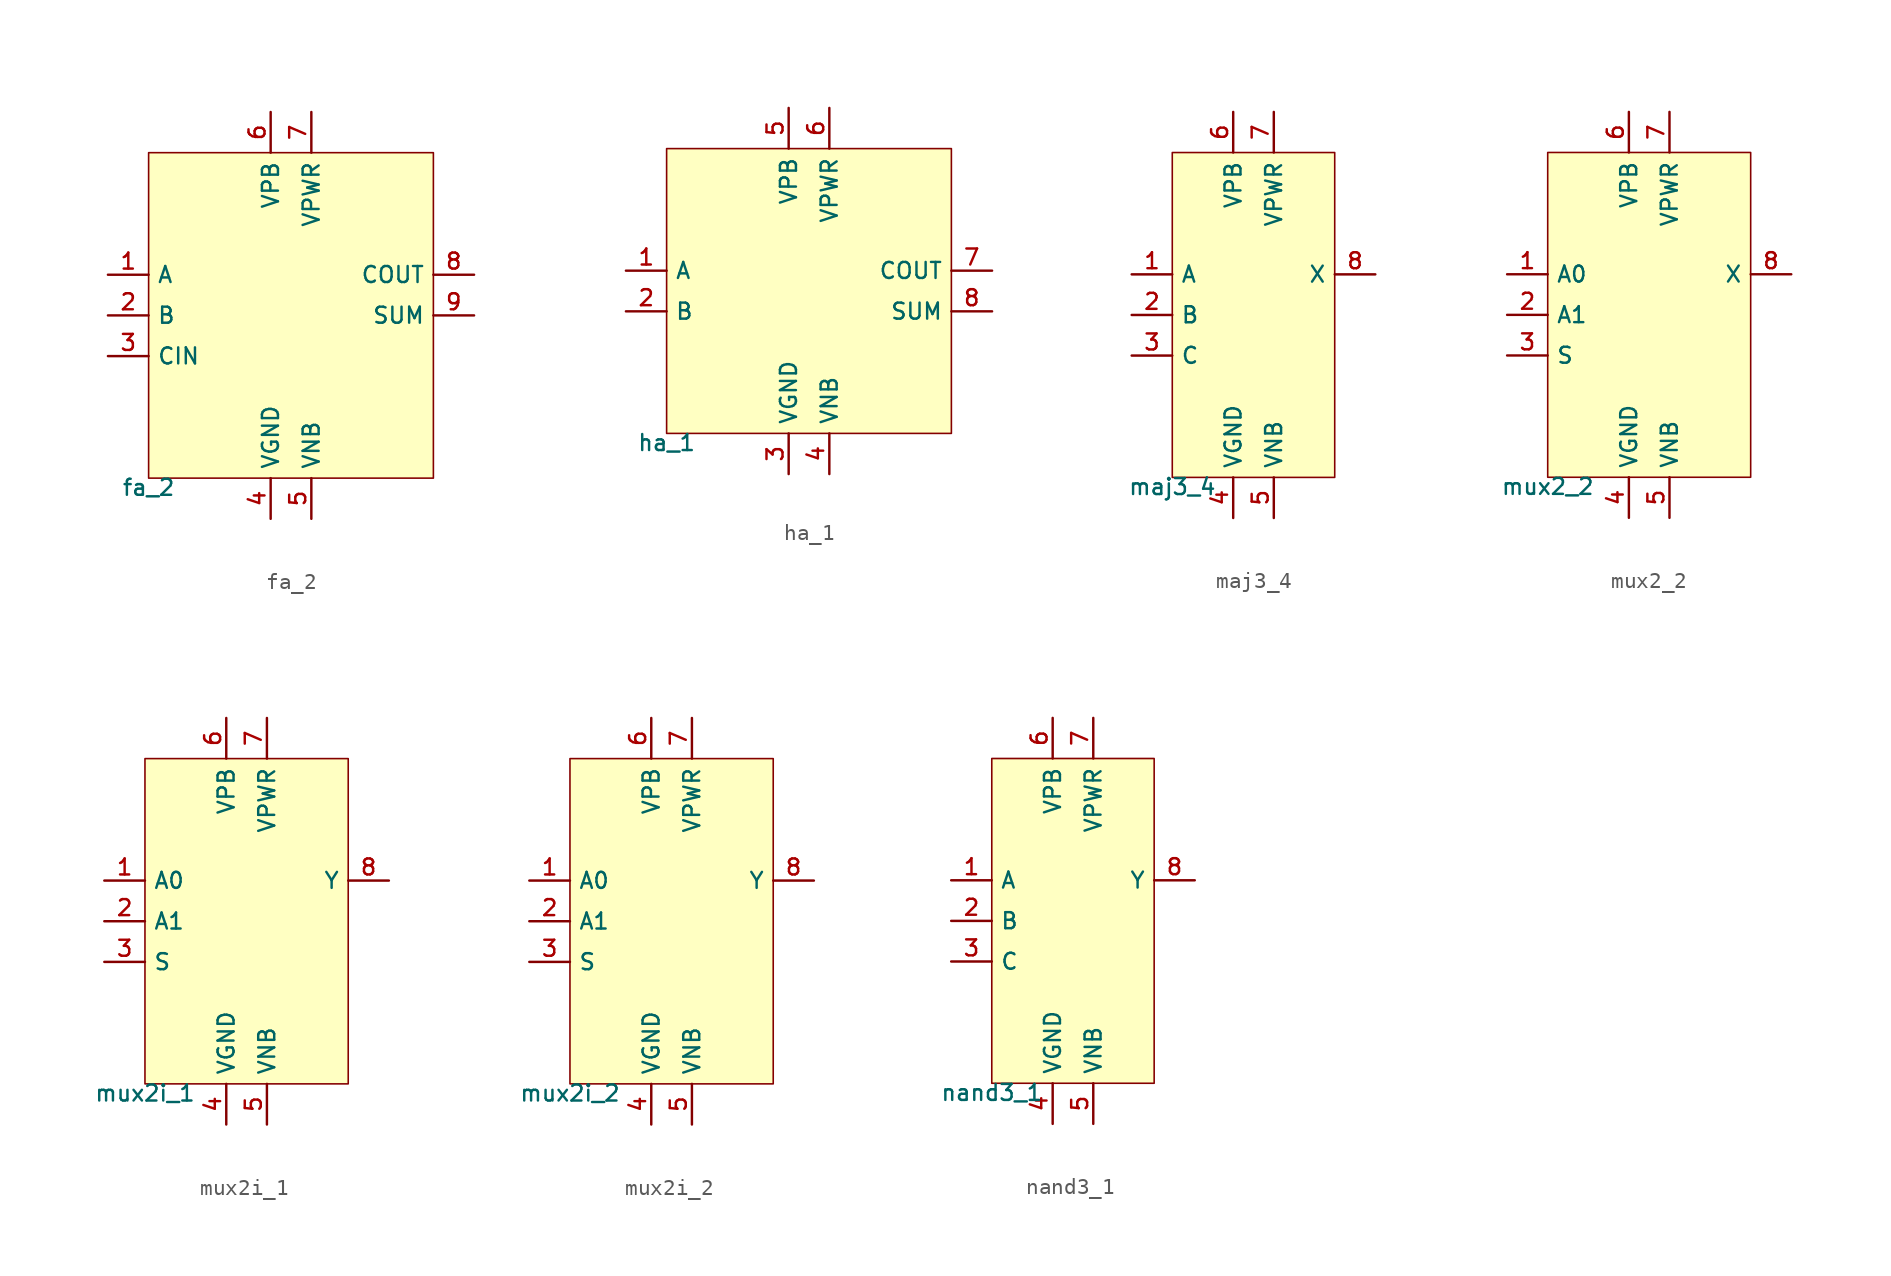
<source format=kicad_sym>
(kicad_symbol_lib
  (version 20211014)
  (generator pdk2kicad)
  (symbol "fa_2"
    (property "Reference" "X"
      (at 0 0 0)
      (effects (font (size 1 1)) hide))
    (property "Value" "fa_2"
      (at -8.89 -10.16 0)
      (effects (font (size 1 1)) (justify top)))
    (rectangle
      (start -8.89 -10.16)
      (end 8.89 10.16)
      (stroke (width 0.1) (type solid) (color 0 0 0 0))
      (fill (type background)))
    (pin input line
      (at -11.43 2.54 0)
      (length 2.54)
      (name "A" (effects (font (size 1 1)) hide))
      (number "1" (effects (font (size 1 1)) hide)))
    (pin input line
      (at -11.43 0.0 0)
      (length 2.54)
      (name "B" (effects (font (size 1 1)) hide))
      (number "2" (effects (font (size 1 1)) hide)))
    (pin input line
      (at -11.43 -2.54 0)
      (length 2.54)
      (name "CIN" (effects (font (size 1 1)) hide))
      (number "3" (effects (font (size 1 1)) hide)))
    (pin power_in line
      (at -1.27 -12.7 90)
      (length 2.54)
      (name "VGND" (effects (font (size 1 1)) hide))
      (number "4" (effects (font (size 1 1)) hide)))
    (pin power_in line
      (at 1.27 -12.7 90)
      (length 2.54)
      (name "VNB" (effects (font (size 1 1)) hide))
      (number "5" (effects (font (size 1 1)) hide)))
    (pin power_in line
      (at -1.27 12.7 270)
      (length 2.54)
      (name "VPB" (effects (font (size 1 1)) hide))
      (number "6" (effects (font (size 1 1)) hide)))
    (pin power_in line
      (at 1.27 12.7 270)
      (length 2.54)
      (name "VPWR" (effects (font (size 1 1)) hide))
      (number "7" (effects (font (size 1 1)) hide)))
    (pin output line
      (at 11.43 2.54 180)
      (length 2.54)
      (name "COUT" (effects (font (size 1 1)) hide))
      (number "8" (effects (font (size 1 1)) hide)))
    (pin output line
      (at 11.43 0.0 180)
      (length 2.54)
      (name "SUM" (effects (font (size 1 1)) hide))
      (number "9" (effects (font (size 1 1)) hide))))
  (symbol "ha_1"
    (property "Reference" "X"
      (at 0 0 0)
      (effects (font (size 1 1)) hide))
    (property "Value" "ha_1"
      (at -8.89 -8.89 0)
      (effects (font (size 1 1)) (justify top)))
    (rectangle
      (start -8.89 -8.89)
      (end 8.89 8.89)
      (stroke (width 0.1) (type solid) (color 0 0 0 0))
      (fill (type background)))
    (pin input line
      (at -11.43 1.27 0)
      (length 2.54)
      (name "A" (effects (font (size 1 1)) hide))
      (number "1" (effects (font (size 1 1)) hide)))
    (pin input line
      (at -11.43 -1.27 0)
      (length 2.54)
      (name "B" (effects (font (size 1 1)) hide))
      (number "2" (effects (font (size 1 1)) hide)))
    (pin power_in line
      (at -1.27 -11.43 90)
      (length 2.54)
      (name "VGND" (effects (font (size 1 1)) hide))
      (number "3" (effects (font (size 1 1)) hide)))
    (pin power_in line
      (at 1.27 -11.43 90)
      (length 2.54)
      (name "VNB" (effects (font (size 1 1)) hide))
      (number "4" (effects (font (size 1 1)) hide)))
    (pin power_in line
      (at -1.27 11.43 270)
      (length 2.54)
      (name "VPB" (effects (font (size 1 1)) hide))
      (number "5" (effects (font (size 1 1)) hide)))
    (pin power_in line
      (at 1.27 11.43 270)
      (length 2.54)
      (name "VPWR" (effects (font (size 1 1)) hide))
      (number "6" (effects (font (size 1 1)) hide)))
    (pin output line
      (at 11.43 1.27 180)
      (length 2.54)
      (name "COUT" (effects (font (size 1 1)) hide))
      (number "7" (effects (font (size 1 1)) hide)))
    (pin output line
      (at 11.43 -1.27 180)
      (length 2.54)
      (name "SUM" (effects (font (size 1 1)) hide))
      (number "8" (effects (font (size 1 1)) hide))))
  (symbol "maj3_4"
    (property "Reference" "X"
      (at 0 0 0)
      (effects (font (size 1 1)) hide))
    (property "Value" "maj3_4"
      (at -5.08 -10.16 0)
      (effects (font (size 1 1)) (justify top)))
    (rectangle
      (start -5.08 -10.16)
      (end 5.08 10.16)
      (stroke (width 0.1) (type solid) (color 0 0 0 0))
      (fill (type background)))
    (pin input line
      (at -7.62 2.54 0)
      (length 2.54)
      (name "A" (effects (font (size 1 1)) hide))
      (number "1" (effects (font (size 1 1)) hide)))
    (pin input line
      (at -7.62 0.0 0)
      (length 2.54)
      (name "B" (effects (font (size 1 1)) hide))
      (number "2" (effects (font (size 1 1)) hide)))
    (pin input line
      (at -7.62 -2.54 0)
      (length 2.54)
      (name "C" (effects (font (size 1 1)) hide))
      (number "3" (effects (font (size 1 1)) hide)))
    (pin power_in line
      (at -1.27 -12.7 90)
      (length 2.54)
      (name "VGND" (effects (font (size 1 1)) hide))
      (number "4" (effects (font (size 1 1)) hide)))
    (pin power_in line
      (at 1.27 -12.7 90)
      (length 2.54)
      (name "VNB" (effects (font (size 1 1)) hide))
      (number "5" (effects (font (size 1 1)) hide)))
    (pin power_in line
      (at -1.27 12.7 270)
      (length 2.54)
      (name "VPB" (effects (font (size 1 1)) hide))
      (number "6" (effects (font (size 1 1)) hide)))
    (pin power_in line
      (at 1.27 12.7 270)
      (length 2.54)
      (name "VPWR" (effects (font (size 1 1)) hide))
      (number "7" (effects (font (size 1 1)) hide)))
    (pin output line
      (at 7.62 2.54 180)
      (length 2.54)
      (name "X" (effects (font (size 1 1)) hide))
      (number "8" (effects (font (size 1 1)) hide))))
  (symbol "mux2_2"
    (property "Reference" "X"
      (at 0 0 0)
      (effects (font (size 1 1)) hide))
    (property "Value" "mux2_2"
      (at -6.35 -10.16 0)
      (effects (font (size 1 1)) (justify top)))
    (rectangle
      (start -6.35 -10.16)
      (end 6.35 10.16)
      (stroke (width 0.1) (type solid) (color 0 0 0 0))
      (fill (type background)))
    (pin input line
      (at -8.89 2.54 0)
      (length 2.54)
      (name "A0" (effects (font (size 1 1)) hide))
      (number "1" (effects (font (size 1 1)) hide)))
    (pin input line
      (at -8.89 0.0 0)
      (length 2.54)
      (name "A1" (effects (font (size 1 1)) hide))
      (number "2" (effects (font (size 1 1)) hide)))
    (pin input line
      (at -8.89 -2.54 0)
      (length 2.54)
      (name "S" (effects (font (size 1 1)) hide))
      (number "3" (effects (font (size 1 1)) hide)))
    (pin power_in line
      (at -1.27 -12.7 90)
      (length 2.54)
      (name "VGND" (effects (font (size 1 1)) hide))
      (number "4" (effects (font (size 1 1)) hide)))
    (pin power_in line
      (at 1.27 -12.7 90)
      (length 2.54)
      (name "VNB" (effects (font (size 1 1)) hide))
      (number "5" (effects (font (size 1 1)) hide)))
    (pin power_in line
      (at -1.27 12.7 270)
      (length 2.54)
      (name "VPB" (effects (font (size 1 1)) hide))
      (number "6" (effects (font (size 1 1)) hide)))
    (pin power_in line
      (at 1.27 12.7 270)
      (length 2.54)
      (name "VPWR" (effects (font (size 1 1)) hide))
      (number "7" (effects (font (size 1 1)) hide)))
    (pin output line
      (at 8.89 2.54 180)
      (length 2.54)
      (name "X" (effects (font (size 1 1)) hide))
      (number "8" (effects (font (size 1 1)) hide))))
  (symbol "mux2i_1"
    (property "Reference" "X"
      (at 0 0 0)
      (effects (font (size 1 1)) hide))
    (property "Value" "mux2i_1"
      (at -6.35 -10.16 0)
      (effects (font (size 1 1)) (justify top)))
    (rectangle
      (start -6.35 -10.16)
      (end 6.35 10.16)
      (stroke (width 0.1) (type solid) (color 0 0 0 0))
      (fill (type background)))
    (pin input line
      (at -8.89 2.54 0)
      (length 2.54)
      (name "A0" (effects (font (size 1 1)) hide))
      (number "1" (effects (font (size 1 1)) hide)))
    (pin input line
      (at -8.89 0.0 0)
      (length 2.54)
      (name "A1" (effects (font (size 1 1)) hide))
      (number "2" (effects (font (size 1 1)) hide)))
    (pin input line
      (at -8.89 -2.54 0)
      (length 2.54)
      (name "S" (effects (font (size 1 1)) hide))
      (number "3" (effects (font (size 1 1)) hide)))
    (pin power_in line
      (at -1.27 -12.7 90)
      (length 2.54)
      (name "VGND" (effects (font (size 1 1)) hide))
      (number "4" (effects (font (size 1 1)) hide)))
    (pin power_in line
      (at 1.27 -12.7 90)
      (length 2.54)
      (name "VNB" (effects (font (size 1 1)) hide))
      (number "5" (effects (font (size 1 1)) hide)))
    (pin power_in line
      (at -1.27 12.7 270)
      (length 2.54)
      (name "VPB" (effects (font (size 1 1)) hide))
      (number "6" (effects (font (size 1 1)) hide)))
    (pin power_in line
      (at 1.27 12.7 270)
      (length 2.54)
      (name "VPWR" (effects (font (size 1 1)) hide))
      (number "7" (effects (font (size 1 1)) hide)))
    (pin output line
      (at 8.89 2.54 180)
      (length 2.54)
      (name "Y" (effects (font (size 1 1)) hide))
      (number "8" (effects (font (size 1 1)) hide))))
  (symbol "mux2i_2"
    (property "Reference" "X"
      (at 0 0 0)
      (effects (font (size 1 1)) hide))
    (property "Value" "mux2i_2"
      (at -6.35 -10.16 0)
      (effects (font (size 1 1)) (justify top)))
    (rectangle
      (start -6.35 -10.16)
      (end 6.35 10.16)
      (stroke (width 0.1) (type solid) (color 0 0 0 0))
      (fill (type background)))
    (pin input line
      (at -8.89 2.54 0)
      (length 2.54)
      (name "A0" (effects (font (size 1 1)) hide))
      (number "1" (effects (font (size 1 1)) hide)))
    (pin input line
      (at -8.89 0.0 0)
      (length 2.54)
      (name "A1" (effects (font (size 1 1)) hide))
      (number "2" (effects (font (size 1 1)) hide)))
    (pin input line
      (at -8.89 -2.54 0)
      (length 2.54)
      (name "S" (effects (font (size 1 1)) hide))
      (number "3" (effects (font (size 1 1)) hide)))
    (pin power_in line
      (at -1.27 -12.7 90)
      (length 2.54)
      (name "VGND" (effects (font (size 1 1)) hide))
      (number "4" (effects (font (size 1 1)) hide)))
    (pin power_in line
      (at 1.27 -12.7 90)
      (length 2.54)
      (name "VNB" (effects (font (size 1 1)) hide))
      (number "5" (effects (font (size 1 1)) hide)))
    (pin power_in line
      (at -1.27 12.7 270)
      (length 2.54)
      (name "VPB" (effects (font (size 1 1)) hide))
      (number "6" (effects (font (size 1 1)) hide)))
    (pin power_in line
      (at 1.27 12.7 270)
      (length 2.54)
      (name "VPWR" (effects (font (size 1 1)) hide))
      (number "7" (effects (font (size 1 1)) hide)))
    (pin output line
      (at 8.89 2.54 180)
      (length 2.54)
      (name "Y" (effects (font (size 1 1)) hide))
      (number "8" (effects (font (size 1 1)) hide))))
  (symbol "nand3_1"
    (property "Reference" "X"
      (at 0 0 0)
      (effects (font (size 1 1)) hide))
    (property "Value" "nand3_1"
      (at -5.08 -10.16 0)
      (effects (font (size 1 1)) (justify top)))
    (rectangle
      (start -5.08 -10.16)
      (end 5.08 10.16)
      (stroke (width 0.1) (type solid) (color 0 0 0 0))
      (fill (type background)))
    (pin input line
      (at -7.62 2.54 0)
      (length 2.54)
      (name "A" (effects (font (size 1 1)) hide))
      (number "1" (effects (font (size 1 1)) hide)))
    (pin input line
      (at -7.62 0.0 0)
      (length 2.54)
      (name "B" (effects (font (size 1 1)) hide))
      (number "2" (effects (font (size 1 1)) hide)))
    (pin input line
      (at -7.62 -2.54 0)
      (length 2.54)
      (name "C" (effects (font (size 1 1)) hide))
      (number "3" (effects (font (size 1 1)) hide)))
    (pin power_in line
      (at -1.27 -12.7 90)
      (length 2.54)
      (name "VGND" (effects (font (size 1 1)) hide))
      (number "4" (effects (font (size 1 1)) hide)))
    (pin power_in line
      (at 1.27 -12.7 90)
      (length 2.54)
      (name "VNB" (effects (font (size 1 1)) hide))
      (number "5" (effects (font (size 1 1)) hide)))
    (pin power_in line
      (at -1.27 12.7 270)
      (length 2.54)
      (name "VPB" (effects (font (size 1 1)) hide))
      (number "6" (effects (font (size 1 1)) hide)))
    (pin power_in line
      (at 1.27 12.7 270)
      (length 2.54)
      (name "VPWR" (effects (font (size 1 1)) hide))
      (number "7" (effects (font (size 1 1)) hide)))
    (pin output line
      (at 7.62 2.54 180)
      (length 2.54)
      (name "Y" (effects (font (size 1 1)) hide))
      (number "8" (effects (font (size 1 1)) hide)))))
</source>
